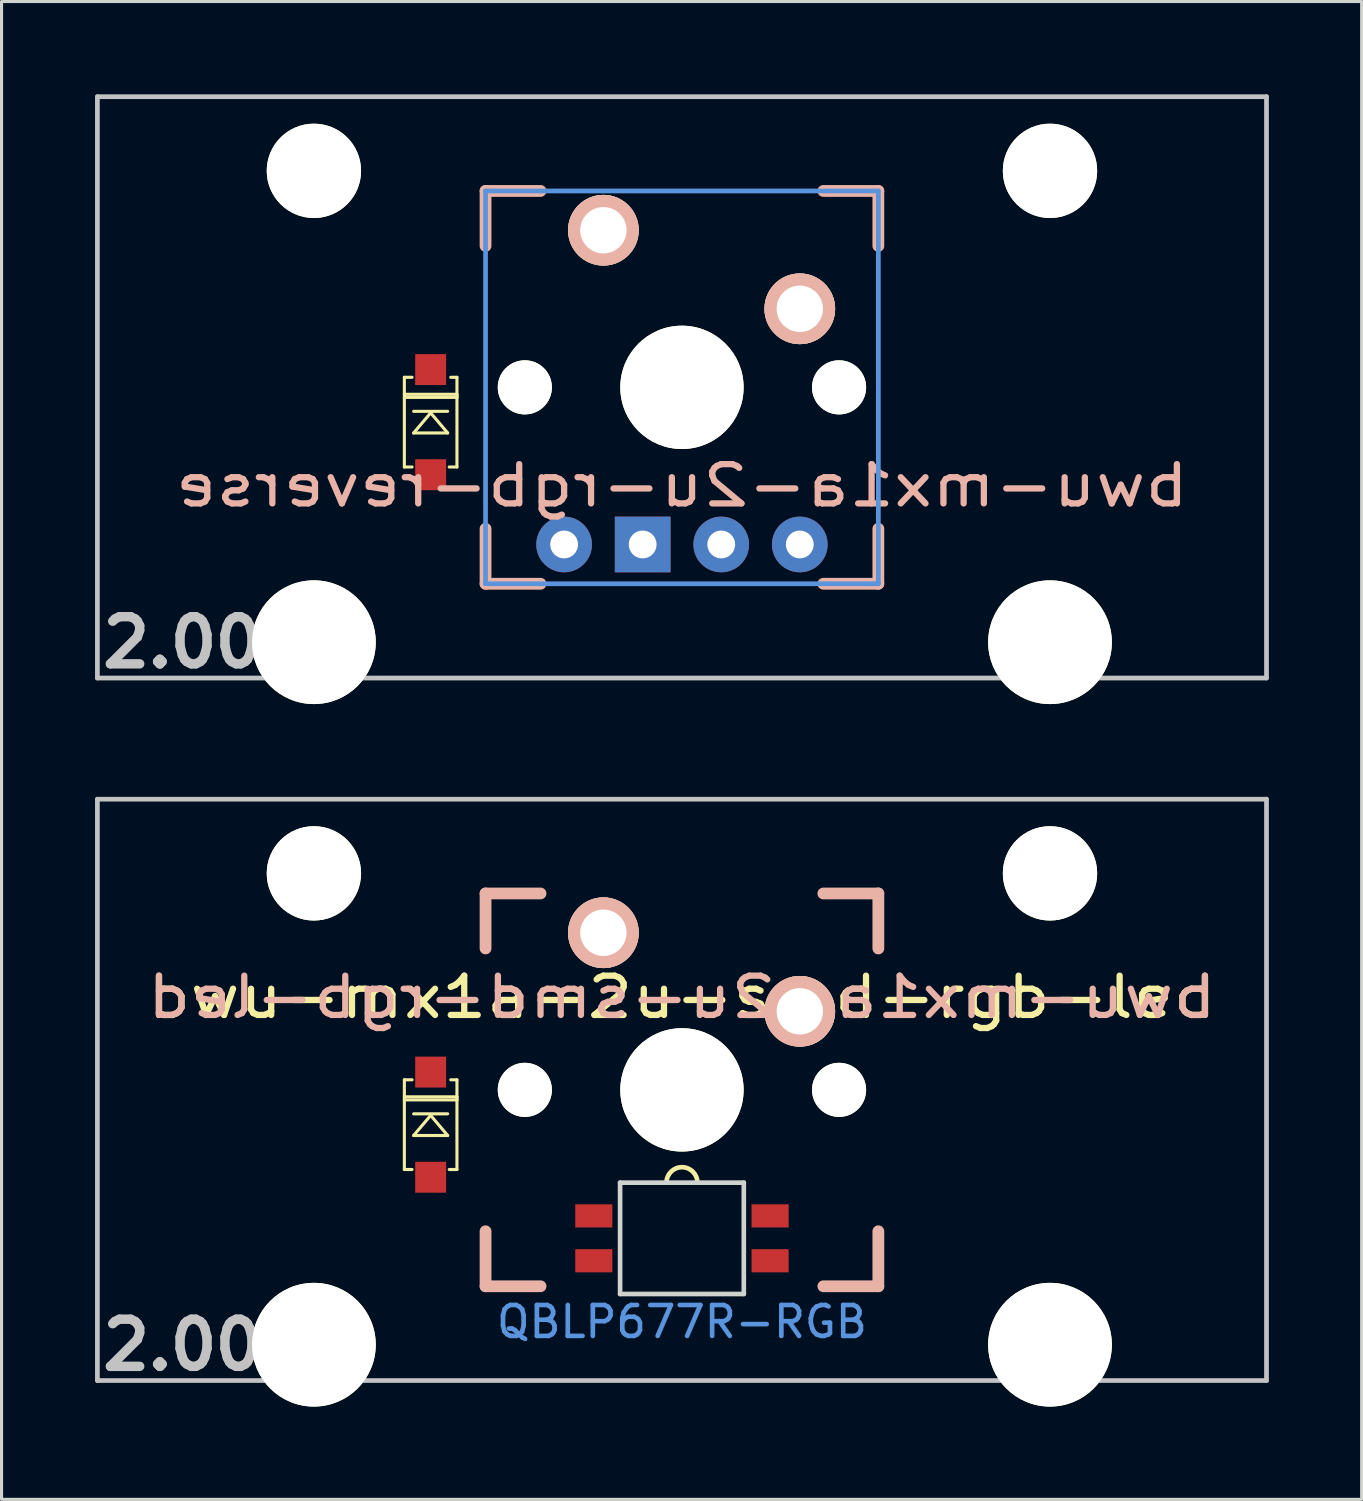
<source format=kicad_pcb>
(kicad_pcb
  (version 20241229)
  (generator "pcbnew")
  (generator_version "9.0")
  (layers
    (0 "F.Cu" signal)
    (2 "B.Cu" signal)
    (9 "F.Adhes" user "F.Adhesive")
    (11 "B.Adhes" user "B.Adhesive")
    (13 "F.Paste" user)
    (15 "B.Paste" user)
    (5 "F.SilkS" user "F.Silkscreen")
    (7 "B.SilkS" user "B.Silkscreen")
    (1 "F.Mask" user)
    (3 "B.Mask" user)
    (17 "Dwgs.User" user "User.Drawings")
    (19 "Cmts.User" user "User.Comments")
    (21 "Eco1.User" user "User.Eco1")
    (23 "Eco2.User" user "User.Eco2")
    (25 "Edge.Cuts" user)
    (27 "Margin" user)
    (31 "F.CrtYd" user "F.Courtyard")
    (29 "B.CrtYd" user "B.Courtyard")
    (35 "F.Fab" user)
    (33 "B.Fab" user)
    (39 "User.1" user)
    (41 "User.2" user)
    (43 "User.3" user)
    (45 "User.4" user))
  (footprint "bwu-mx1a-2u-rgb-reverse"
    (layer "F.Cu")
    (at 18.999 9.474)
    (property "Reference" "bwu-mx1a-2u-rgb-reverse" (at 0 3.175 0) (layer "B.SilkS") (effects (font (size 1.27 1.524) (thickness 0.203)) (justify mirror)))
    (attr smd)
    (fp_line (start -8.975 -0.325) (end -8.975 2.575) (stroke (width 0.1) (type solid)) (layer "F.SilkS"))
    (fp_line (start -8.975 0.225) (end -7.275 0.225) (stroke (width 0.1) (type solid)) (layer "F.SilkS"))
    (fp_line (start -8.975 2.575) (end -8.725 2.575) (stroke (width 0.1) (type solid)) (layer "F.SilkS"))
    (fp_line (start -8.725 -0.325) (end -8.975 -0.325) (stroke (width 0.1) (type solid)) (layer "F.SilkS"))
    (fp_line (start -8.675 0.775) (end -7.575 0.775) (stroke (width 0.1) (type solid)) (layer "F.SilkS"))
    (fp_line (start -8.675 1.475) (end -7.575 1.475) (stroke (width 0.1) (type solid)) (layer "F.SilkS"))
    (fp_line (start -8.125 0.825) (end -8.675 1.475) (stroke (width 0.1) (type solid)) (layer "F.SilkS"))
    (fp_line (start -7.575 1.475) (end -8.125 0.825) (stroke (width 0.1) (type solid)) (layer "F.SilkS"))
    (fp_line (start -7.525 2.575) (end -7.275 2.575) (stroke (width 0.1) (type solid)) (layer "F.SilkS"))
    (fp_line (start -7.275 -0.325) (end -7.475 -0.325) (stroke (width 0.1) (type solid)) (layer "F.SilkS"))
    (fp_line (start -7.275 0.225) (end -7.275 0.325) (stroke (width 0.1) (type solid)) (layer "F.SilkS"))
    (fp_line (start -7.275 0.325) (end -8.975 0.325) (stroke (width 0.1) (type solid)) (layer "F.SilkS"))
    (fp_line (start -7.275 2.575) (end -7.275 -0.325) (stroke (width 0.1) (type solid)) (layer "F.SilkS"))
    (fp_line (start -6.35 -6.35) (end -4.572 -6.35) (stroke (width 0.381) (type solid)) (layer "B.SilkS"))
    (fp_line (start -6.35 -4.572) (end -6.35 -6.35) (stroke (width 0.381) (type solid)) (layer "B.SilkS"))
    (fp_line (start -6.35 6.35) (end -6.35 4.572) (stroke (width 0.381) (type solid)) (layer "B.SilkS"))
    (fp_line (start -4.572 6.35) (end -6.35 6.35) (stroke (width 0.381) (type solid)) (layer "B.SilkS"))
    (fp_line (start 4.572 -6.35) (end 6.35 -6.35) (stroke (width 0.381) (type solid)) (layer "B.SilkS"))
    (fp_line (start 6.35 -6.35) (end 6.35 -4.572) (stroke (width 0.381) (type solid)) (layer "B.SilkS"))
    (fp_line (start 6.35 4.572) (end 6.35 6.35) (stroke (width 0.381) (type solid)) (layer "B.SilkS"))
    (fp_line (start 6.35 6.35) (end 4.572 6.35) (stroke (width 0.381) (type solid)) (layer "B.SilkS"))
    (fp_line (start -18.9 -9.398) (end 18.9 -9.398) (stroke (width 0.152) (type solid)) (layer "Dwgs.User"))
    (fp_line (start -18.9 9.398) (end -18.9 -9.398) (stroke (width 0.152) (type solid)) (layer "Dwgs.User"))
    (fp_line (start 18.9 -9.398) (end 18.9 9.398) (stroke (width 0.152) (type solid)) (layer "Dwgs.User"))
    (fp_line (start 18.9 9.398) (end -18.9 9.398) (stroke (width 0.152) (type solid)) (layer "Dwgs.User"))
    (fp_line (start -6.35 -6.35) (end 6.35 -6.35) (stroke (width 0.152) (type solid)) (layer "Cmts.User"))
    (fp_line (start -6.35 6.35) (end -6.35 -6.35) (stroke (width 0.152) (type solid)) (layer "Cmts.User"))
    (fp_line (start 6.35 -6.35) (end 6.35 6.35) (stroke (width 0.152) (type solid)) (layer "Cmts.User"))
    (fp_line (start 6.35 6.35) (end -6.35 6.35) (stroke (width 0.152) (type solid)) (layer "Cmts.User"))
    (fp_line (start -6.985 -6.985) (end 6.985 -6.985) (stroke (width 0.152) (type solid)) (layer "Eco2.User"))
    (fp_line (start -6.985 6.985) (end -6.985 -6.985) (stroke (width 0.152) (type solid)) (layer "Eco2.User"))
    (fp_line (start 6.985 -6.985) (end 6.985 6.985) (stroke (width 0.152) (type solid)) (layer "Eco2.User"))
    (fp_line (start 6.985 6.985) (end -6.985 6.985) (stroke (width 0.152) (type solid)) (layer "Eco2.User"))
    (fp_text user "2.00u" (at -15.465 8.25 0) (layer "Dwgs.User") (effects (font (size 1.524 1.524) (thickness 0.305))))
    (pad "" np_thru_hole circle (at -11.9 -7) (size 3.05 3.05) (drill 3.05) (layers "*.Cu" "*.Mask" "F.SilkS"))
    (pad "" np_thru_hole circle (at -11.9 8.24) (size 4 4) (drill 4) (layers "*.Cu" "*.Mask" "F.SilkS"))
    (pad "" np_thru_hole circle (at -5.08 0) (size 1.75 1.75) (drill 1.75) (layers "*.Cu" "*.Mask" "F.SilkS"))
    (pad "" np_thru_hole circle (at 0 0) (size 3.988 3.988) (drill 3.988) (layers "*.Cu" "*.Mask" "F.SilkS"))
    (pad "" np_thru_hole circle (at 5.08 0) (size 1.75 1.75) (drill 1.75) (layers "*.Cu" "*.Mask" "F.SilkS"))
    (pad "" np_thru_hole circle (at 11.9 -7) (size 3.05 3.05) (drill 3.05) (layers "*.Cu" "*.Mask" "F.SilkS"))
    (pad "" np_thru_hole circle (at 11.9 8.24) (size 4 4) (drill 4) (layers "*.Cu" "*.Mask" "F.SilkS"))
    (pad "1" thru_hole circle (at -2.54 -5.08) (size 2.286 2.286) (drill 1.499) (layers "*.Cu" "*.SilkS" "*.Mask"))
    (pad "2" smd rect (at -8.125 -0.575 90) (size 1 1) (layers "F.Cu" "F.Mask" "F.Paste"))
    (pad "2" thru_hole circle (at 3.81 -2.54) (size 2.286 2.286) (drill 1.499) (layers "*.Cu" "*.SilkS" "*.Mask"))
    (pad "3" smd rect (at -8.125 2.825 90) (size 1 1) (layers "F.Cu" "F.Mask" "F.Paste"))
    (pad "4" thru_hole oval (at -3.81 5.08) (size 1.8 1.8) (drill 0.9) (layers "*.Cu" "*.Mask"))
    (pad "5" thru_hole rect (at -1.27 5.08) (size 1.8 1.8) (drill 0.9) (layers "*.Cu" "*.Mask"))
    (pad "6" thru_hole oval (at 1.27 5.08) (size 1.8 1.8) (drill 0.9) (layers "*.Cu" "*.Mask"))
    (pad "7" thru_hole oval (at 3.81 5.08) (size 1.8 1.8) (drill 0.9) (layers "*.Cu" "*.Mask")))
  (footprint "bwu-mx1a-2u-smd-rgb-led"
    (layer "F.Cu")
    (at 18.999 32.188)
    (property "Reference" "bwu-mx1a-2u-smd-rgb-led" (at 0 -3 0) (layer "B.SilkS") (effects (font (size 1.27 1.524) (thickness 0.203)) (justify mirror)))
    (attr smd)
    (fp_line (start -8.975 -0.325) (end -8.975 2.575) (stroke (width 0.1) (type solid)) (layer "F.SilkS"))
    (fp_line (start -8.975 0.225) (end -7.275 0.225) (stroke (width 0.1) (type solid)) (layer "F.SilkS"))
    (fp_line (start -8.975 2.575) (end -8.725 2.575) (stroke (width 0.1) (type solid)) (layer "F.SilkS"))
    (fp_line (start -8.725 -0.325) (end -8.975 -0.325) (stroke (width 0.1) (type solid)) (layer "F.SilkS"))
    (fp_line (start -8.675 0.775) (end -7.575 0.775) (stroke (width 0.1) (type solid)) (layer "F.SilkS"))
    (fp_line (start -8.675 1.475) (end -7.575 1.475) (stroke (width 0.1) (type solid)) (layer "F.SilkS"))
    (fp_line (start -8.125 0.825) (end -8.675 1.475) (stroke (width 0.1) (type solid)) (layer "F.SilkS"))
    (fp_line (start -7.575 1.475) (end -8.125 0.825) (stroke (width 0.1) (type solid)) (layer "F.SilkS"))
    (fp_line (start -7.525 2.575) (end -7.275 2.575) (stroke (width 0.1) (type solid)) (layer "F.SilkS"))
    (fp_line (start -7.275 -0.325) (end -7.475 -0.325) (stroke (width 0.1) (type solid)) (layer "F.SilkS"))
    (fp_line (start -7.275 0.225) (end -7.275 0.325) (stroke (width 0.1) (type solid)) (layer "F.SilkS"))
    (fp_line (start -7.275 0.325) (end -8.975 0.325) (stroke (width 0.1) (type solid)) (layer "F.SilkS"))
    (fp_line (start -7.275 2.575) (end -7.275 -0.325) (stroke (width 0.1) (type solid)) (layer "F.SilkS"))
    (fp_arc (start -0.5 3) (mid 0 2.5) (end 0.5 3) (stroke (width 0.15) (type solid)) (layer "F.SilkS"))
    (fp_line (start -6.35 -6.35) (end -4.572 -6.35) (stroke (width 0.381) (type solid)) (layer "B.SilkS"))
    (fp_line (start -6.35 -4.572) (end -6.35 -6.35) (stroke (width 0.381) (type solid)) (layer "B.SilkS"))
    (fp_line (start -6.35 6.35) (end -6.35 4.572) (stroke (width 0.381) (type solid)) (layer "B.SilkS"))
    (fp_line (start -4.572 6.35) (end -6.35 6.35) (stroke (width 0.381) (type solid)) (layer "B.SilkS"))
    (fp_line (start 4.572 -6.35) (end 6.35 -6.35) (stroke (width 0.381) (type solid)) (layer "B.SilkS"))
    (fp_line (start 6.35 -6.35) (end 6.35 -4.572) (stroke (width 0.381) (type solid)) (layer "B.SilkS"))
    (fp_line (start 6.35 4.572) (end 6.35 6.35) (stroke (width 0.381) (type solid)) (layer "B.SilkS"))
    (fp_line (start 6.35 6.35) (end 4.572 6.35) (stroke (width 0.381) (type solid)) (layer "B.SilkS"))
    (fp_line (start -18.9 -9.398) (end 18.9 -9.398) (stroke (width 0.152) (type solid)) (layer "Dwgs.User"))
    (fp_line (start -18.9 9.398) (end -18.9 -9.398) (stroke (width 0.152) (type solid)) (layer "Dwgs.User"))
    (fp_line (start 18.9 -9.398) (end 18.9 9.398) (stroke (width 0.152) (type solid)) (layer "Dwgs.User"))
    (fp_line (start 18.9 9.398) (end -18.9 9.398) (stroke (width 0.152) (type solid)) (layer "Dwgs.User"))
    (fp_line (start -2 3) (end 2 3) (stroke (width 0.15) (type solid)) (layer "Edge.Cuts"))
    (fp_line (start -2 6.6) (end -2 3) (stroke (width 0.15) (type solid)) (layer "Edge.Cuts"))
    (fp_line (start 2 3) (end 2 6.6) (stroke (width 0.15) (type solid)) (layer "Edge.Cuts"))
    (fp_line (start 2 6.6) (end -2 6.6) (stroke (width 0.15) (type solid)) (layer "Edge.Cuts"))
    (fp_text user "${REFERENCE}" (at 0 -3 0) (layer "F.SilkS") (effects (font (size 1.27 1.524) (thickness 0.203))))
    (fp_text user "2.00u" (at -15.465 8.25 0) (layer "Dwgs.User") (effects (font (size 1.524 1.524) (thickness 0.305))))
    (fp_text user "QBLP677R-RGB" (at 0 7.5 0) (layer "Cmts.User") (effects (font (size 1 1) (thickness 0.15))))
    (pad "" np_thru_hole circle (at -11.9 -7) (size 3.05 3.05) (drill 3.05) (layers "*.Cu" "*.Mask" "F.SilkS"))
    (pad "" np_thru_hole circle (at -11.9 8.24) (size 4 4) (drill 4) (layers "*.Cu" "*.Mask" "F.SilkS"))
    (pad "" np_thru_hole circle (at -5.08 0) (size 1.75 1.75) (drill 1.75) (layers "*.Cu" "*.Mask" "F.SilkS"))
    (pad "" np_thru_hole circle (at 0 0) (size 3.988 3.988) (drill 3.988) (layers "*.Cu" "*.Mask" "F.SilkS"))
    (pad "" np_thru_hole circle (at 5.08 0) (size 1.75 1.75) (drill 1.75) (layers "*.Cu" "*.Mask" "F.SilkS"))
    (pad "" np_thru_hole circle (at 11.9 -7) (size 3.05 3.05) (drill 3.05) (layers "*.Cu" "*.Mask" "F.SilkS"))
    (pad "" np_thru_hole circle (at 11.9 8.24) (size 4 4) (drill 4) (layers "*.Cu" "*.Mask" "F.SilkS"))
    (pad "1" thru_hole circle (at -2.54 -5.08) (size 2.286 2.286) (drill 1.499) (layers "*.Cu" "*.SilkS" "*.Mask"))
    (pad "2" smd rect (at -8.125 -0.575 90) (size 1 1) (layers "F.Cu" "F.Mask" "F.Paste"))
    (pad "2" thru_hole circle (at 3.81 -2.54) (size 2.286 2.286) (drill 1.499) (layers "*.Cu" "*.SilkS" "*.Mask"))
    (pad "3" smd rect (at -8.125 2.825 90) (size 1 1) (layers "F.Cu" "F.Mask" "F.Paste"))
    (pad "4" smd rect (at 2.85 4.075) (size 1.2 0.75) (layers "F.Cu" "F.Mask" "F.Paste"))
    (pad "5" smd rect (at -2.85 4.075) (size 1.2 0.75) (layers "F.Cu" "F.Mask" "F.Paste"))
    (pad "6" smd rect (at 2.85 5.525) (size 1.2 0.75) (layers "F.Cu" "F.Mask" "F.Paste"))
    (pad "7" smd rect (at -2.85 5.525) (size 1.2 0.75) (layers "F.Cu" "F.Mask" "F.Paste")))
  (gr_rect
    (start -3 -3)
    (end 40.975 45.428)
    (stroke (width 0.1) (type default))
    (fill no)
    (layer "Edge.Cuts")))
</source>
